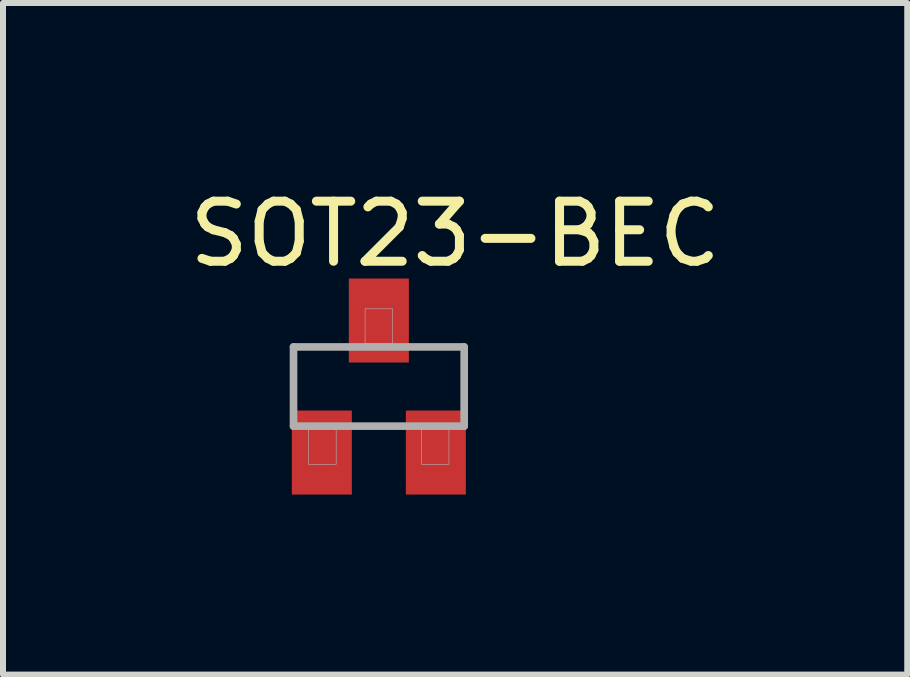
<source format=kicad_pcb>
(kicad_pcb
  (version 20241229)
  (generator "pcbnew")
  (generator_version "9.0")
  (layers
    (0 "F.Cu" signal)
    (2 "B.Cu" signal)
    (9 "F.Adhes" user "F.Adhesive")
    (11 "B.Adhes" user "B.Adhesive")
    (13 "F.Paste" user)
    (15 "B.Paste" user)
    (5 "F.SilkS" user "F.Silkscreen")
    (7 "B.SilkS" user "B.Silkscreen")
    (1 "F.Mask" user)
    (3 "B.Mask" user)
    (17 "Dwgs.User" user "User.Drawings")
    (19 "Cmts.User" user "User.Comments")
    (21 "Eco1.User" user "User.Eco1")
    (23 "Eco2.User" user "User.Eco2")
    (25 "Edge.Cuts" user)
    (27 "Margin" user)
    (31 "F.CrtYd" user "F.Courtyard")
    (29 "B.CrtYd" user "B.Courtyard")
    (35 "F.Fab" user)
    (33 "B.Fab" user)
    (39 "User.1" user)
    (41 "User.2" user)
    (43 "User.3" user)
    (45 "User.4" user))
  (footprint "SOT23-BEC"
    (layer "F.Cu")
    (at 3.263 3.391)
    (property "Reference" "SOT23-BEC" (at 1.271 -2.543 0) (layer "F.SilkS") (effects (font (size 1.001 1.001) (thickness 0.15))))
    (attr smd)
    (fp_line (start -1.422 -0.66) (end 1.422 -0.66) (stroke (width 0.127) (type solid)) (layer "F.Fab"))
    (fp_line (start -1.422 0.66) (end -1.422 -0.66) (stroke (width 0.127) (type solid)) (layer "F.Fab"))
    (fp_line (start 1.422 -0.66) (end 1.422 0.66) (stroke (width 0.127) (type solid)) (layer "F.Fab"))
    (fp_line (start 1.422 0.66) (end -1.422 0.66) (stroke (width 0.127) (type solid)) (layer "F.Fab"))
    (fp_poly (pts (xy -1.17 0.711) (xy -0.711 0.711) (xy -0.711 1.297) (xy -1.17 1.297)) (stroke (width 0.01) (type solid)) (fill no) (layer "F.Fab"))
    (fp_poly (pts (xy -0.229 -1.295) (xy 0.229 -1.295) (xy 0.229 -0.711) (xy -0.229 -0.711)) (stroke (width 0.01) (type solid)) (fill no) (layer "F.Fab"))
    (fp_poly (pts (xy 0.711 0.711) (xy 1.168 0.711) (xy 1.168 1.296) (xy 0.711 1.296)) (stroke (width 0.01) (type solid)) (fill no) (layer "F.Fab"))
    (pad "B" smd rect (at -0.95 1.1) (size 1 1.4) (layers "F.Cu" "F.Mask" "F.Paste"))
    (pad "C" smd rect (at 0 -1.1) (size 1 1.4) (layers "F.Cu" "F.Mask" "F.Paste"))
    (pad "E" smd rect (at 0.95 1.1) (size 1 1.4) (layers "F.Cu" "F.Mask" "F.Paste")))
  (gr_rect
    (start -3 -3)
    (end 12.068 8.191)
    (stroke (width 0.1) (type default))
    (fill no)
    (layer "Edge.Cuts")))
</source>
